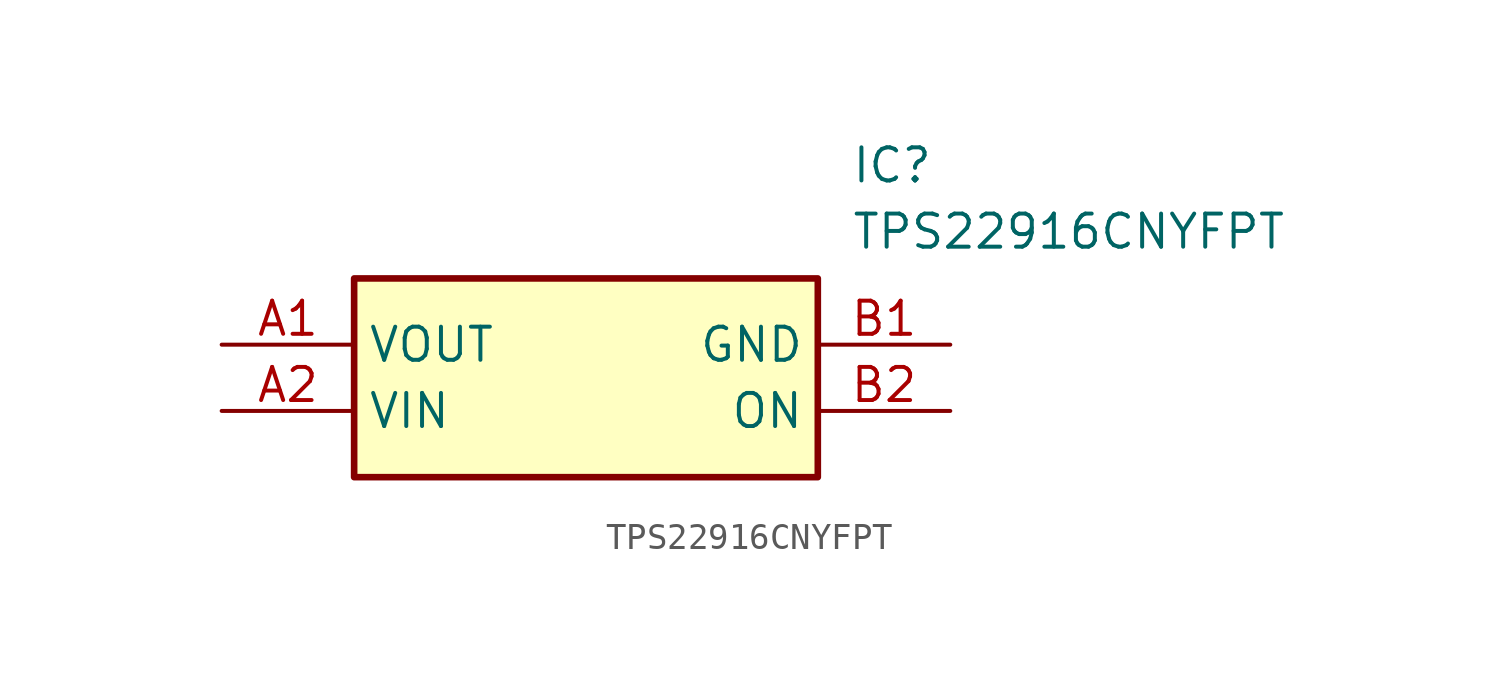
<source format=kicad_sym>
(kicad_symbol_lib
  (version 20211014)
  (generator SamacSys_ECAD_Model)
  (symbol "TPS22916CNYFPT"
    (property "Reference" "IC"
      (at 24.13 7.62 0)
      (effects (font (size 1.27 1.27)) (justify left top)))
    (property "Value" "TPS22916CNYFPT"
      (at 24.13 5.08 0)
      (effects (font (size 1.27 1.27)) (justify left top)))
    (rectangle
      (start 5.08 2.54)
      (end 22.86 -5.08)
      (stroke (width 0.254) (type default))
      (fill (type background)))
    (pin passive line
      (at 0 0 0)
      (length 5.08)
      (name "VOUT" (effects (font (size 1.27 1.27))))
      (number "A1" (effects (font (size 1.27 1.27)))))
    (pin passive line
      (at 0 -2.54 0)
      (length 5.08)
      (name "VIN" (effects (font (size 1.27 1.27))))
      (number "A2" (effects (font (size 1.27 1.27)))))
    (pin passive line
      (at 27.94 0 180)
      (length 5.08)
      (name "GND" (effects (font (size 1.27 1.27))))
      (number "B1" (effects (font (size 1.27 1.27)))))
    (pin passive line
      (at 27.94 -2.54 180)
      (length 5.08)
      (name "ON" (effects (font (size 1.27 1.27))))
      (number "B2" (effects (font (size 1.27 1.27)))))))
</source>
